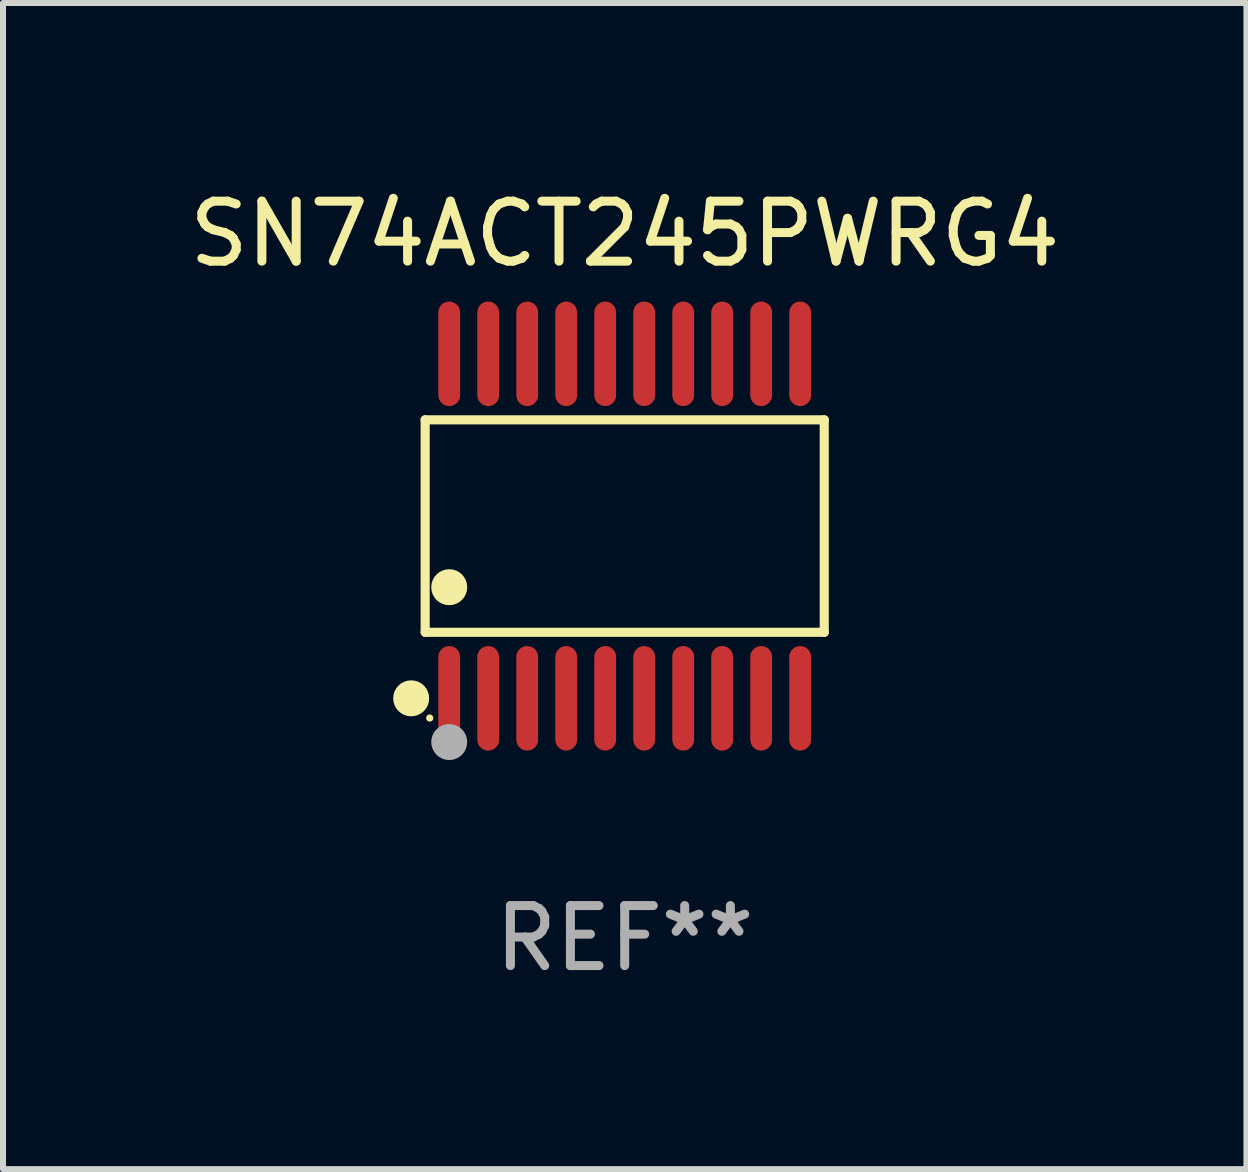
<source format=kicad_pcb>
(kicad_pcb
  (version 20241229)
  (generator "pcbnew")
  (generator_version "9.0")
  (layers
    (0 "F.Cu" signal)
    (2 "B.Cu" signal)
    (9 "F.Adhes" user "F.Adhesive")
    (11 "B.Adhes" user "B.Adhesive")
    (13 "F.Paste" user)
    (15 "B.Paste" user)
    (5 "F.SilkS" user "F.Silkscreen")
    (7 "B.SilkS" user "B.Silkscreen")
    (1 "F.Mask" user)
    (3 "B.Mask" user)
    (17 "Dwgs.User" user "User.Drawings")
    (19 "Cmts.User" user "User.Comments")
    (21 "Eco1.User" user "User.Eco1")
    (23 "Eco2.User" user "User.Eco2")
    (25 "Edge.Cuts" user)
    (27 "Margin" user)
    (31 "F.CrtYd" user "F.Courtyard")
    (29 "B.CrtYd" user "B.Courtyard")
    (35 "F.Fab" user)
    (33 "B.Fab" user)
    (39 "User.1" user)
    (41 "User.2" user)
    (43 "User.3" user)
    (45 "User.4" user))
  (footprint "SN74ACT245PWRG4"
    (layer "F.Cu")
    (at 7.363 5.719)
    (property "Reference" "SN74ACT245PWRG4" (at 0 -4.871 0) (layer "F.SilkS") (effects (font (size 1 1) (thickness 0.15))))
    (attr through_hole)
    (fp_line (start -3.326 -1.771) (end 3.326 -1.771) (stroke (width 0.152) (type solid)) (layer "F.SilkS"))
    (fp_line (start -3.326 1.771) (end -3.326 -1.771) (stroke (width 0.152) (type solid)) (layer "F.SilkS"))
    (fp_line (start 3.326 -1.771) (end 3.326 1.771) (stroke (width 0.152) (type solid)) (layer "F.SilkS"))
    (fp_line (start 3.326 1.771) (end -3.326 1.771) (stroke (width 0.152) (type solid)) (layer "F.SilkS"))
    (fp_circle (center -3.559 2.871) (end -3.409 2.871) (stroke (width 0.3) (type solid)) (fill no) (layer "F.SilkS"))
    (fp_circle (center -3.25 3.2) (end -3.22 3.2) (stroke (width 0.06) (type solid)) (fill no) (layer "F.SilkS"))
    (fp_circle (center -2.925 1.019) (end -2.775 1.019) (stroke (width 0.3) (type solid)) (fill no) (layer "F.SilkS"))
    (fp_circle (center -2.925 3.6) (end -2.775 3.6) (stroke (width 0.3) (type solid)) (fill no) (layer "F.Fab"))
    (fp_text user "REF**" (at 0 6.871 0) (layer "F.Fab") (effects (font (size 1 1) (thickness 0.15))))
    (pad "1" smd oval (at -2.925 2.871) (size 0.364 1.742) (layers "F.Cu" "F.Mask" "F.Paste"))
    (pad "2" smd oval (at -2.275 2.871) (size 0.364 1.742) (layers "F.Cu" "F.Mask" "F.Paste"))
    (pad "3" smd oval (at -1.625 2.871) (size 0.364 1.742) (layers "F.Cu" "F.Mask" "F.Paste"))
    (pad "4" smd oval (at -0.975 2.871) (size 0.364 1.742) (layers "F.Cu" "F.Mask" "F.Paste"))
    (pad "5" smd oval (at -0.325 2.871) (size 0.364 1.742) (layers "F.Cu" "F.Mask" "F.Paste"))
    (pad "6" smd oval (at 0.325 2.871) (size 0.364 1.742) (layers "F.Cu" "F.Mask" "F.Paste"))
    (pad "7" smd oval (at 0.975 2.871) (size 0.364 1.742) (layers "F.Cu" "F.Mask" "F.Paste"))
    (pad "8" smd oval (at 1.625 2.871) (size 0.364 1.742) (layers "F.Cu" "F.Mask" "F.Paste"))
    (pad "9" smd oval (at 2.275 2.871) (size 0.364 1.742) (layers "F.Cu" "F.Mask" "F.Paste"))
    (pad "10" smd oval (at 2.925 2.871) (size 0.364 1.742) (layers "F.Cu" "F.Mask" "F.Paste"))
    (pad "11" smd oval (at 2.925 -2.871) (size 0.364 1.742) (layers "F.Cu" "F.Mask" "F.Paste"))
    (pad "12" smd oval (at 2.275 -2.871) (size 0.364 1.742) (layers "F.Cu" "F.Mask" "F.Paste"))
    (pad "13" smd oval (at 1.625 -2.871) (size 0.364 1.742) (layers "F.Cu" "F.Mask" "F.Paste"))
    (pad "14" smd oval (at 0.975 -2.871) (size 0.364 1.742) (layers "F.Cu" "F.Mask" "F.Paste"))
    (pad "15" smd oval (at 0.325 -2.871) (size 0.364 1.742) (layers "F.Cu" "F.Mask" "F.Paste"))
    (pad "16" smd oval (at -0.325 -2.871) (size 0.364 1.742) (layers "F.Cu" "F.Mask" "F.Paste"))
    (pad "17" smd oval (at -0.975 -2.871) (size 0.364 1.742) (layers "F.Cu" "F.Mask" "F.Paste"))
    (pad "18" smd oval (at -1.625 -2.871) (size 0.364 1.742) (layers "F.Cu" "F.Mask" "F.Paste"))
    (pad "19" smd oval (at -2.275 -2.871) (size 0.364 1.742) (layers "F.Cu" "F.Mask" "F.Paste"))
    (pad "20" smd oval (at -2.925 -2.871) (size 0.364 1.742) (layers "F.Cu" "F.Mask" "F.Paste")))
  (gr_rect
    (start -3 -3)
    (end 17.726 16.438)
    (stroke (width 0.1) (type default))
    (fill no)
    (layer "Edge.Cuts")))
</source>
